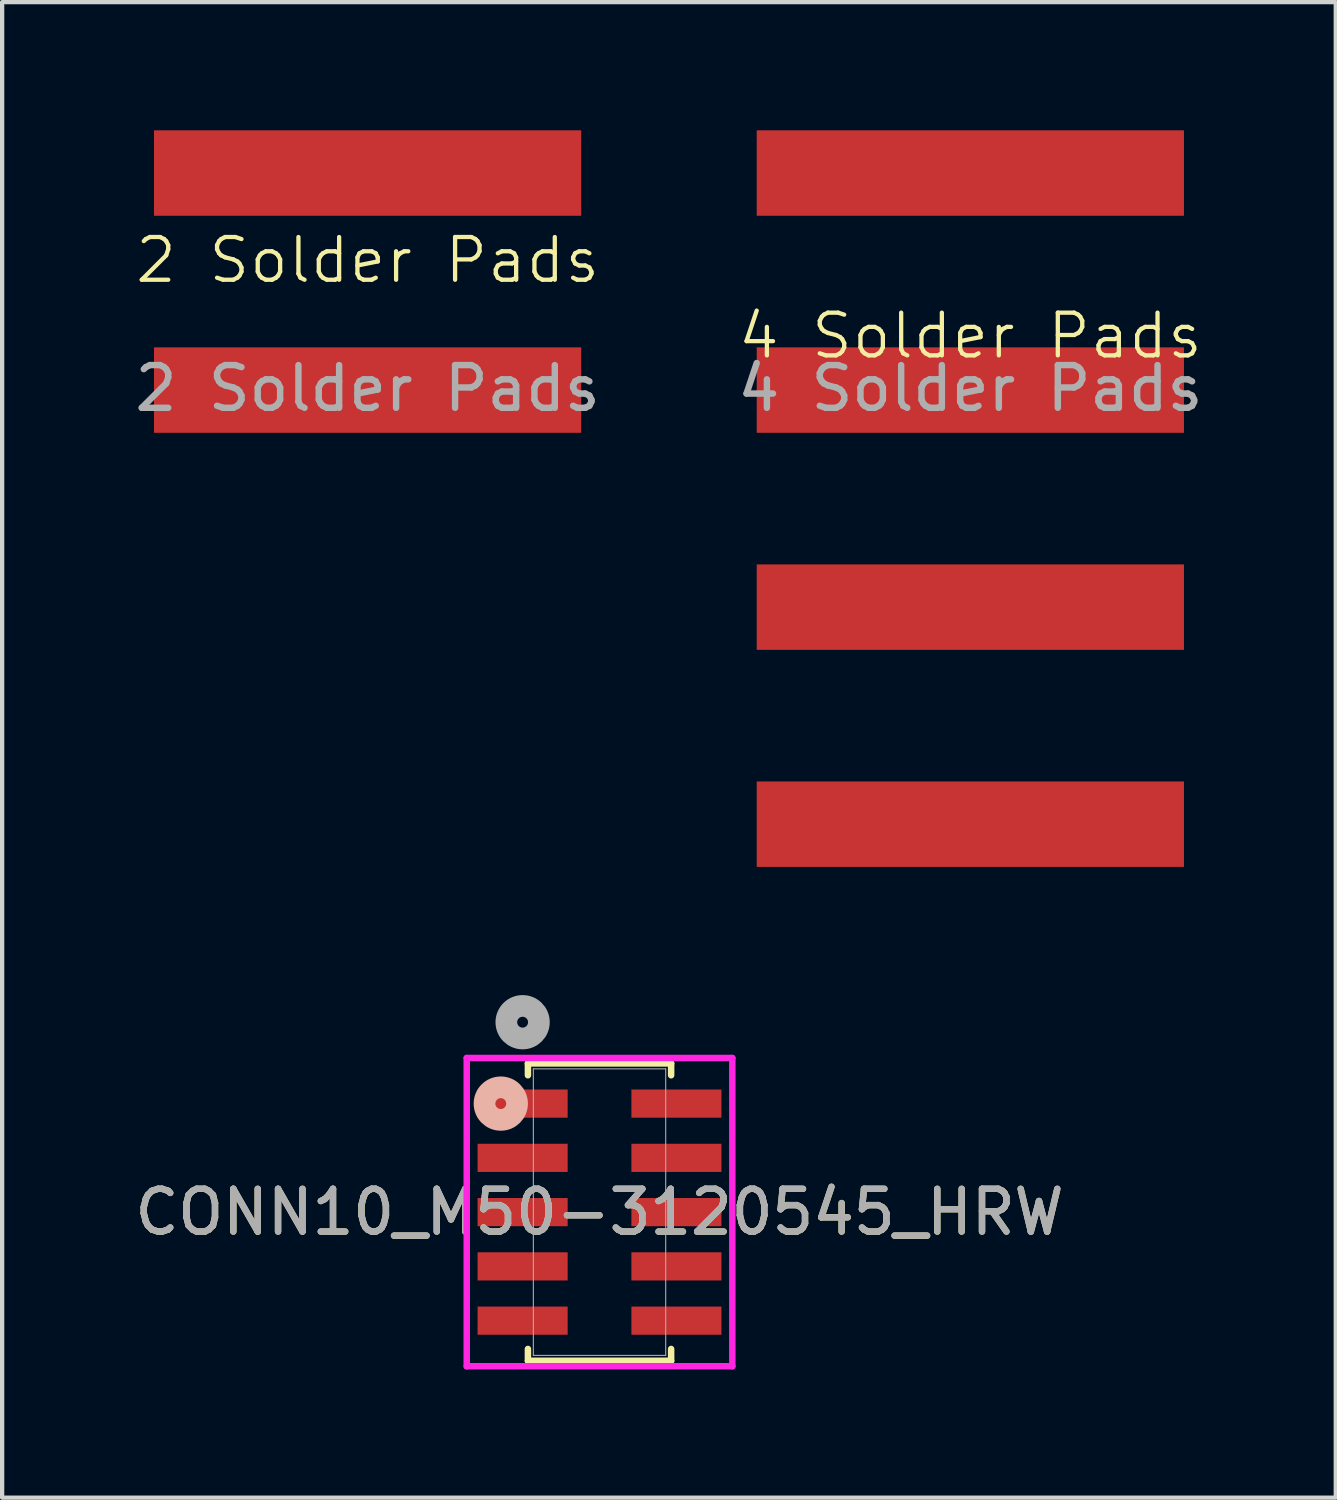
<source format=kicad_pcb>
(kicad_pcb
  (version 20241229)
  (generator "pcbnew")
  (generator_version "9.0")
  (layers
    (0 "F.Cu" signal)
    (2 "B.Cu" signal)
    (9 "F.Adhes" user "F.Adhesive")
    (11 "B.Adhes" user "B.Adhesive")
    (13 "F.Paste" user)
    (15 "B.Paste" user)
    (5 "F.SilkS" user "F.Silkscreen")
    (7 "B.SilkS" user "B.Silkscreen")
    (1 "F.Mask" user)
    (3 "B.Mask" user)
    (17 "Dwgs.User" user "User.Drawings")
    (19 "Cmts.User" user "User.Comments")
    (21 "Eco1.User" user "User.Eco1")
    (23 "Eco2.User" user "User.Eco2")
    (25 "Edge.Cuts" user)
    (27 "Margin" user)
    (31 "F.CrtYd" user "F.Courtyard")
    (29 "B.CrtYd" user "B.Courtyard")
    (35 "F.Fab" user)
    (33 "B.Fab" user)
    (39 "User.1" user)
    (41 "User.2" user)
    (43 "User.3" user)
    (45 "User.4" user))
  (footprint "2 Solder Pads"
    (layer "F.Cu")
    (at 5.554 3.54)
    (property "Reference" "2 Solder Pads" (at 0 -0.5 0) (unlocked yes) (layer "F.SilkS") (effects (font (size 1 1) (thickness 0.1))))
    (attr smd)
    (fp_text user "${REFERENCE}" (at 0 2.5 0) (unlocked yes) (layer "F.Fab") (effects (font (size 1 1) (thickness 0.15))))
    (pad "1" smd rect (at 0 -2.54) (size 10 2) (layers "F.Cu" "F.Mask" "F.Paste"))
    (pad "2" smd rect (at 0 2.54) (size 10 2) (layers "F.Cu" "F.Mask" "F.Paste")))
  (footprint "4 Solder Pads"
    (layer "F.Cu")
    (at 19.661 8.62)
    (property "Reference" "4 Solder Pads" (at 0 -3.81 0) (unlocked yes) (layer "F.SilkS") (effects (font (size 1 1) (thickness 0.1))))
    (attr smd)
    (fp_text user "${REFERENCE}" (at 0 -2.58 0) (unlocked yes) (layer "F.Fab") (effects (font (size 1 1) (thickness 0.15))))
    (pad "1" smd rect (at 0 -7.62) (size 10 2) (layers "F.Cu" "F.Mask" "F.Paste"))
    (pad "2" smd rect (at 0 -2.54) (size 10 2) (layers "F.Cu" "F.Mask" "F.Paste"))
    (pad "3" smd rect (at 0 2.54) (size 10 2) (layers "F.Cu" "F.Mask" "F.Paste"))
    (pad "4" smd rect (at 0 7.62) (size 10 2) (layers "F.Cu" "F.Mask" "F.Paste")))
  (footprint "CONN10_M50-3120545_HRW"
    (layer "F.Cu")
    (at 10.982 25.32)
    (property "Reference" "CONN10_M50-3120545_HRW" (at 0 0 0) (unlocked yes) (layer "F.SilkS") (effects (font (size 1 1) (thickness 0.15))))
    (attr smd)
    (fp_line (start -1.676 -3.48) (end -1.676 -3.203) (stroke (width 0.152) (type solid)) (layer "F.SilkS"))
    (fp_line (start -1.676 3.203) (end -1.676 3.48) (stroke (width 0.152) (type solid)) (layer "F.SilkS"))
    (fp_line (start -1.676 3.48) (end 1.676 3.48) (stroke (width 0.152) (type solid)) (layer "F.SilkS"))
    (fp_line (start 1.676 -3.48) (end -1.676 -3.48) (stroke (width 0.152) (type solid)) (layer "F.SilkS"))
    (fp_line (start 1.676 -3.203) (end 1.676 -3.48) (stroke (width 0.152) (type solid)) (layer "F.SilkS"))
    (fp_line (start 1.676 3.48) (end 1.676 3.203) (stroke (width 0.152) (type solid)) (layer "F.SilkS"))
    (fp_circle (center -2.311 -2.54) (end -1.93 -2.54) (stroke (width 0.508) (type solid)) (fill no) (layer "B.SilkS"))
    (fp_line (start -3.108 -3.607) (end -3.108 3.607) (stroke (width 0.152) (type solid)) (layer "F.CrtYd"))
    (fp_line (start -3.108 3.607) (end 3.108 3.607) (stroke (width 0.152) (type solid)) (layer "F.CrtYd"))
    (fp_line (start 3.108 -3.607) (end -3.108 -3.607) (stroke (width 0.152) (type solid)) (layer "F.CrtYd"))
    (fp_line (start 3.108 3.607) (end 3.108 -3.607) (stroke (width 0.152) (type solid)) (layer "F.CrtYd"))
    (fp_line (start -1.549 -3.353) (end -1.549 3.353) (stroke (width 0.025) (type solid)) (layer "F.Fab"))
    (fp_line (start -1.549 3.353) (end 1.549 3.353) (stroke (width 0.025) (type solid)) (layer "F.Fab"))
    (fp_line (start 1.549 -3.353) (end -1.549 -3.353) (stroke (width 0.025) (type solid)) (layer "F.Fab"))
    (fp_line (start 1.549 3.353) (end 1.549 -3.353) (stroke (width 0.025) (type solid)) (layer "F.Fab"))
    (fp_circle (center -1.8 -4.445) (end -1.419 -4.445) (stroke (width 0.508) (type solid)) (fill no) (layer "F.Fab"))
    (fp_text user "${REFERENCE}" (at 0 0 0) (unlocked yes) (layer "F.Fab") (effects (font (size 1 1) (thickness 0.15))))
    (pad "1" smd rect (at 1.8 -2.54) (size 2.108 0.66) (layers "F.Cu" "F.Mask" "F.Paste"))
    (pad "2" smd rect (at -1.8 -2.54) (size 2.108 0.66) (layers "F.Cu" "F.Mask" "F.Paste"))
    (pad "3" smd rect (at 1.8 -1.27) (size 2.108 0.66) (layers "F.Cu" "F.Mask" "F.Paste"))
    (pad "4" smd rect (at -1.8 -1.27) (size 2.108 0.66) (layers "F.Cu" "F.Mask" "F.Paste"))
    (pad "5" smd rect (at 1.8 0) (size 2.108 0.66) (layers "F.Cu" "F.Mask" "F.Paste"))
    (pad "6" smd rect (at -1.8 0) (size 2.108 0.66) (layers "F.Cu" "F.Mask" "F.Paste"))
    (pad "7" smd rect (at 1.8 1.27) (size 2.108 0.66) (layers "F.Cu" "F.Mask" "F.Paste"))
    (pad "8" smd rect (at -1.8 1.27) (size 2.108 0.66) (layers "F.Cu" "F.Mask" "F.Paste"))
    (pad "9" smd rect (at 1.8 2.54) (size 2.108 0.66) (layers "F.Cu" "F.Mask" "F.Paste"))
    (pad "10" smd rect (at -1.8 2.54) (size 2.108 0.66) (layers "F.Cu" "F.Mask" "F.Paste")))
  (gr_rect
    (start -3 -3)
    (end 28.214 32.003)
    (stroke (width 0.1) (type default))
    (fill no)
    (layer "Edge.Cuts")))
</source>
